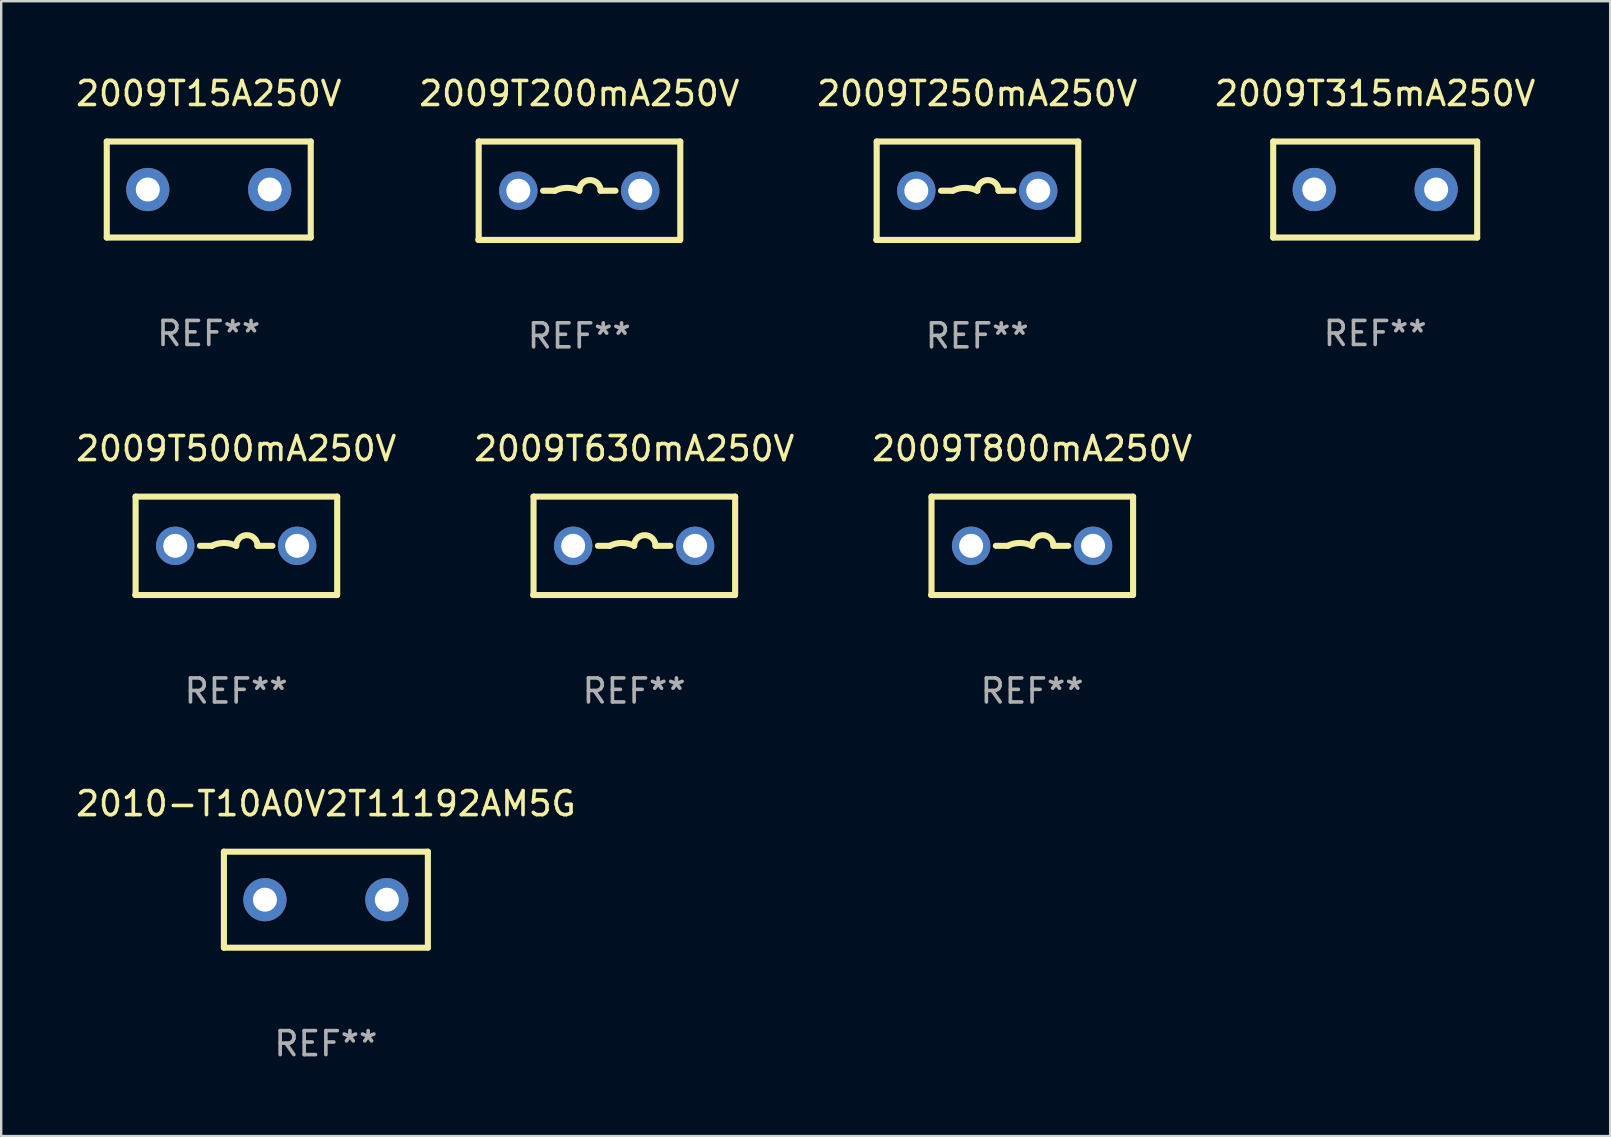
<source format=kicad_pcb>
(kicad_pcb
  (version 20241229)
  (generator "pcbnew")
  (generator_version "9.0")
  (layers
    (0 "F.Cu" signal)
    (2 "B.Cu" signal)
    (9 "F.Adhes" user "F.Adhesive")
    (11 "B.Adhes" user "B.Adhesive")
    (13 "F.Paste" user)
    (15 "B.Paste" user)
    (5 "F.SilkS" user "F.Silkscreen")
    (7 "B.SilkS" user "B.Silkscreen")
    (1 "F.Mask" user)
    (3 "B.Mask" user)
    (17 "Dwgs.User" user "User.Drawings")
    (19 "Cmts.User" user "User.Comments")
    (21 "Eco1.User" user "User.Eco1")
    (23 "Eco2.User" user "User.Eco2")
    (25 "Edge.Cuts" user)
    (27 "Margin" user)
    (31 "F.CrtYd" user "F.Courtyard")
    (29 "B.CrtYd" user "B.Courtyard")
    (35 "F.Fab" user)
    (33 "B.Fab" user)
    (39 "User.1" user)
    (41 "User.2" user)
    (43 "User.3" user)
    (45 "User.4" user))
  (footprint "2009T315mA250V"
    (layer "F.Cu")
    (at 54.256 4.848)
    (property "Reference" "2009T315mA250V" (at 0 -4 0) (layer "F.SilkS") (effects (font (size 1 1) (thickness 0.15))))
    (attr through_hole)
    (fp_line (start -4.25 2) (end -4.25 -2) (stroke (width 0.254) (type solid)) (layer "F.SilkS"))
    (fp_line (start -4.25 -2) (end 4.25 -2) (stroke (width 0.254) (type solid)) (layer "F.SilkS"))
    (fp_line (start 4.25 2) (end -4.25 2) (stroke (width 0.254) (type solid)) (layer "F.SilkS"))
    (fp_line (start 4.25 -2) (end 4.25 2) (stroke (width 0.254) (type solid)) (layer "F.SilkS"))
    (fp_circle (center -4.25 2) (end -4.22 2) (stroke (width 0.06) (type solid)) (fill no) (layer "F.SilkS"))
    (fp_text user "REF**" (at 0 6 0) (layer "F.Fab") (effects (font (size 1 1) (thickness 0.15))))
    (pad "1" thru_hole circle (at -2.54 0) (size 1.8 1.8) (drill 1) (layers "*.Cu" "*.Mask"))
    (pad "2" thru_hole circle (at 2.54 0) (size 1.8 1.8) (drill 1) (layers "*.Cu" "*.Mask")))
  (footprint "2009T15A250V"
    (layer "F.Cu")
    (at 5.649 4.848)
    (property "Reference" "2009T15A250V" (at 0 -4 0) (layer "F.SilkS") (effects (font (size 1 1) (thickness 0.15))))
    (attr through_hole)
    (fp_line (start -4.25 2) (end -4.25 -2) (stroke (width 0.254) (type solid)) (layer "F.SilkS"))
    (fp_line (start -4.25 -2) (end 4.25 -2) (stroke (width 0.254) (type solid)) (layer "F.SilkS"))
    (fp_line (start 4.25 2) (end -4.25 2) (stroke (width 0.254) (type solid)) (layer "F.SilkS"))
    (fp_line (start 4.25 -2) (end 4.25 2) (stroke (width 0.254) (type solid)) (layer "F.SilkS"))
    (fp_circle (center -4.25 2) (end -4.22 2) (stroke (width 0.06) (type solid)) (fill no) (layer "F.SilkS"))
    (fp_text user "REF**" (at 0 6 0) (layer "F.Fab") (effects (font (size 1 1) (thickness 0.15))))
    (pad "1" thru_hole circle (at -2.54 0) (size 1.8 1.8) (drill 1) (layers "*.Cu" "*.Mask"))
    (pad "2" thru_hole circle (at 2.54 0) (size 1.8 1.8) (drill 1) (layers "*.Cu" "*.Mask")))
  (footprint "2009T250mA250V"
    (layer "F.Cu")
    (at 37.673 4.898)
    (property "Reference" "2009T250mA250V" (at 0 -4.05 0) (layer "F.SilkS") (effects (font (size 1 1) (thickness 0.15))))
    (attr through_hole)
    (fp_line (start -4.191 -2.05) (end -4.191 2.05) (stroke (width 0.254) (type solid)) (layer "F.SilkS"))
    (fp_line (start -4.191 -2.05) (end 4.209 -2.05) (stroke (width 0.254) (type solid)) (layer "F.SilkS"))
    (fp_line (start -1.509 0) (end -1.016 0) (stroke (width 0.254) (type solid)) (layer "F.SilkS"))
    (fp_line (start 1.509 0) (end 0.889 0) (stroke (width 0.254) (type solid)) (layer "F.SilkS"))
    (fp_line (start 4.191 2.05) (end -4.209 2.05) (stroke (width 0.254) (type solid)) (layer "F.SilkS"))
    (fp_line (start 4.209 -2.05) (end 4.209 2.05) (stroke (width 0.254) (type solid)) (layer "F.SilkS"))
    (fp_arc (start -1.016002 0) (mid -0.508001 -0.119923) (end 0 0) (stroke (width 0.254001) (type solid)) (layer "F.SilkS"))
    (fp_arc (start 0 0) (mid 0.444501 -0.444501) (end 0.889002 0) (stroke (width 0.254001) (type solid)) (layer "F.SilkS"))
    (fp_circle (center -4.15 2.05) (end -4.12 2.05) (stroke (width 0.06) (type solid)) (fill no) (layer "F.SilkS"))
    (fp_text user "REF**" (at 0 6.05 0) (layer "F.Fab") (effects (font (size 1 1) (thickness 0.15))))
    (pad "1" thru_hole circle (at -2.54 0) (size 1.6 1.6) (drill 1) (layers "*.Cu" "*.Mask"))
    (pad "2" thru_hole circle (at 2.54 0) (size 1.6 1.6) (drill 1) (layers "*.Cu" "*.Mask")))
  (footprint "2009T200mA250V"
    (layer "F.Cu")
    (at 21.089 4.898)
    (property "Reference" "2009T200mA250V" (at 0 -4.05 0) (layer "F.SilkS") (effects (font (size 1 1) (thickness 0.15))))
    (attr through_hole)
    (fp_line (start -4.191 -2.05) (end -4.191 2.05) (stroke (width 0.254) (type solid)) (layer "F.SilkS"))
    (fp_line (start -4.191 -2.05) (end 4.209 -2.05) (stroke (width 0.254) (type solid)) (layer "F.SilkS"))
    (fp_line (start -1.509 0) (end -1.016 0) (stroke (width 0.254) (type solid)) (layer "F.SilkS"))
    (fp_line (start 1.509 0) (end 0.889 0) (stroke (width 0.254) (type solid)) (layer "F.SilkS"))
    (fp_line (start 4.191 2.05) (end -4.209 2.05) (stroke (width 0.254) (type solid)) (layer "F.SilkS"))
    (fp_line (start 4.209 -2.05) (end 4.209 2.05) (stroke (width 0.254) (type solid)) (layer "F.SilkS"))
    (fp_arc (start -1.016002 0) (mid -0.508001 -0.119923) (end 0 0) (stroke (width 0.254001) (type solid)) (layer "F.SilkS"))
    (fp_arc (start 0 0) (mid 0.444501 -0.444501) (end 0.889002 0) (stroke (width 0.254001) (type solid)) (layer "F.SilkS"))
    (fp_circle (center -4.15 2.05) (end -4.12 2.05) (stroke (width 0.06) (type solid)) (fill no) (layer "F.SilkS"))
    (fp_text user "REF**" (at 0 6.05 0) (layer "F.Fab") (effects (font (size 1 1) (thickness 0.15))))
    (pad "1" thru_hole circle (at -2.54 0) (size 1.6 1.6) (drill 1) (layers "*.Cu" "*.Mask"))
    (pad "2" thru_hole circle (at 2.54 0) (size 1.6 1.6) (drill 1) (layers "*.Cu" "*.Mask")))
  (footprint "2009T800mA250V"
    (layer "F.Cu")
    (at 39.958 19.695)
    (property "Reference" "2009T800mA250V" (at 0 -4.05 0) (layer "F.SilkS") (effects (font (size 1 1) (thickness 0.15))))
    (attr through_hole)
    (fp_line (start -4.191 -2.05) (end -4.191 2.05) (stroke (width 0.254) (type solid)) (layer "F.SilkS"))
    (fp_line (start -4.191 -2.05) (end 4.209 -2.05) (stroke (width 0.254) (type solid)) (layer "F.SilkS"))
    (fp_line (start -1.509 0) (end -1.016 0) (stroke (width 0.254) (type solid)) (layer "F.SilkS"))
    (fp_line (start 1.509 0) (end 0.889 0) (stroke (width 0.254) (type solid)) (layer "F.SilkS"))
    (fp_line (start 4.191 2.05) (end -4.209 2.05) (stroke (width 0.254) (type solid)) (layer "F.SilkS"))
    (fp_line (start 4.209 -2.05) (end 4.209 2.05) (stroke (width 0.254) (type solid)) (layer "F.SilkS"))
    (fp_arc (start -1.016002 0) (mid -0.508001 -0.119923) (end 0 0) (stroke (width 0.254001) (type solid)) (layer "F.SilkS"))
    (fp_arc (start 0 0) (mid 0.444501 -0.444501) (end 0.889002 0) (stroke (width 0.254001) (type solid)) (layer "F.SilkS"))
    (fp_circle (center -4.15 2.05) (end -4.12 2.05) (stroke (width 0.06) (type solid)) (fill no) (layer "F.SilkS"))
    (fp_text user "REF**" (at 0 6.05 0) (layer "F.Fab") (effects (font (size 1 1) (thickness 0.15))))
    (pad "1" thru_hole circle (at -2.54 0) (size 1.6 1.6) (drill 1) (layers "*.Cu" "*.Mask"))
    (pad "2" thru_hole circle (at 2.54 0) (size 1.6 1.6) (drill 1) (layers "*.Cu" "*.Mask")))
  (footprint "2010-T10A0V2T11192AM5G"
    (layer "F.Cu")
    (at 10.53 34.441)
    (property "Reference" "2010-T10A0V2T11192AM5G" (at 0 -4 0) (layer "F.SilkS") (effects (font (size 1 1) (thickness 0.15))))
    (attr through_hole)
    (fp_line (start -4.25 2) (end -4.25 -2) (stroke (width 0.254) (type solid)) (layer "F.SilkS"))
    (fp_line (start -4.25 -2) (end 4.25 -2) (stroke (width 0.254) (type solid)) (layer "F.SilkS"))
    (fp_line (start 4.25 2) (end -4.25 2) (stroke (width 0.254) (type solid)) (layer "F.SilkS"))
    (fp_line (start 4.25 -2) (end 4.25 2) (stroke (width 0.254) (type solid)) (layer "F.SilkS"))
    (fp_circle (center -4.25 2) (end -4.22 2) (stroke (width 0.06) (type solid)) (fill no) (layer "F.SilkS"))
    (fp_text user "REF**" (at 0 6 0) (layer "F.Fab") (effects (font (size 1 1) (thickness 0.15))))
    (pad "1" thru_hole circle (at -2.54 0) (size 1.8 1.8) (drill 1) (layers "*.Cu" "*.Mask"))
    (pad "2" thru_hole circle (at 2.54 0) (size 1.8 1.8) (drill 1) (layers "*.Cu" "*.Mask")))
  (footprint "2009T500mA250V"
    (layer "F.Cu")
    (at 6.792 19.695)
    (property "Reference" "2009T500mA250V" (at 0 -4.05 0) (layer "F.SilkS") (effects (font (size 1 1) (thickness 0.15))))
    (attr through_hole)
    (fp_line (start -4.191 -2.05) (end -4.191 2.05) (stroke (width 0.254) (type solid)) (layer "F.SilkS"))
    (fp_line (start -4.191 -2.05) (end 4.209 -2.05) (stroke (width 0.254) (type solid)) (layer "F.SilkS"))
    (fp_line (start -1.509 0) (end -1.016 0) (stroke (width 0.254) (type solid)) (layer "F.SilkS"))
    (fp_line (start 1.509 0) (end 0.889 0) (stroke (width 0.254) (type solid)) (layer "F.SilkS"))
    (fp_line (start 4.191 2.05) (end -4.209 2.05) (stroke (width 0.254) (type solid)) (layer "F.SilkS"))
    (fp_line (start 4.209 -2.05) (end 4.209 2.05) (stroke (width 0.254) (type solid)) (layer "F.SilkS"))
    (fp_arc (start -1.016002 0) (mid -0.508001 -0.119923) (end 0 0) (stroke (width 0.254001) (type solid)) (layer "F.SilkS"))
    (fp_arc (start 0 0) (mid 0.444501 -0.444501) (end 0.889002 0) (stroke (width 0.254001) (type solid)) (layer "F.SilkS"))
    (fp_circle (center -4.15 2.05) (end -4.12 2.05) (stroke (width 0.06) (type solid)) (fill no) (layer "F.SilkS"))
    (fp_text user "REF**" (at 0 6.05 0) (layer "F.Fab") (effects (font (size 1 1) (thickness 0.15))))
    (pad "1" thru_hole circle (at -2.54 0) (size 1.6 1.6) (drill 1) (layers "*.Cu" "*.Mask"))
    (pad "2" thru_hole circle (at 2.54 0) (size 1.6 1.6) (drill 1) (layers "*.Cu" "*.Mask")))
  (footprint "2009T630mA250V"
    (layer "F.Cu")
    (at 23.375 19.695)
    (property "Reference" "2009T630mA250V" (at 0 -4.05 0) (layer "F.SilkS") (effects (font (size 1 1) (thickness 0.15))))
    (attr through_hole)
    (fp_line (start -4.191 -2.05) (end -4.191 2.05) (stroke (width 0.254) (type solid)) (layer "F.SilkS"))
    (fp_line (start -4.191 -2.05) (end 4.209 -2.05) (stroke (width 0.254) (type solid)) (layer "F.SilkS"))
    (fp_line (start -1.509 0) (end -1.016 0) (stroke (width 0.254) (type solid)) (layer "F.SilkS"))
    (fp_line (start 1.509 0) (end 0.889 0) (stroke (width 0.254) (type solid)) (layer "F.SilkS"))
    (fp_line (start 4.191 2.05) (end -4.209 2.05) (stroke (width 0.254) (type solid)) (layer "F.SilkS"))
    (fp_line (start 4.209 -2.05) (end 4.209 2.05) (stroke (width 0.254) (type solid)) (layer "F.SilkS"))
    (fp_arc (start -1.016002 0) (mid -0.508001 -0.119923) (end 0 0) (stroke (width 0.254001) (type solid)) (layer "F.SilkS"))
    (fp_arc (start 0 0) (mid 0.444501 -0.444501) (end 0.889002 0) (stroke (width 0.254001) (type solid)) (layer "F.SilkS"))
    (fp_circle (center -4.15 2.05) (end -4.12 2.05) (stroke (width 0.06) (type solid)) (fill no) (layer "F.SilkS"))
    (fp_text user "REF**" (at 0 6.05 0) (layer "F.Fab") (effects (font (size 1 1) (thickness 0.15))))
    (pad "1" thru_hole circle (at -2.54 0) (size 1.6 1.6) (drill 1) (layers "*.Cu" "*.Mask"))
    (pad "2" thru_hole circle (at 2.54 0) (size 1.6 1.6) (drill 1) (layers "*.Cu" "*.Mask")))
  (gr_rect
    (start -3 -3)
    (end 64.048 44.29)
    (stroke (width 0.1) (type default))
    (fill no)
    (layer "Edge.Cuts")))
</source>
